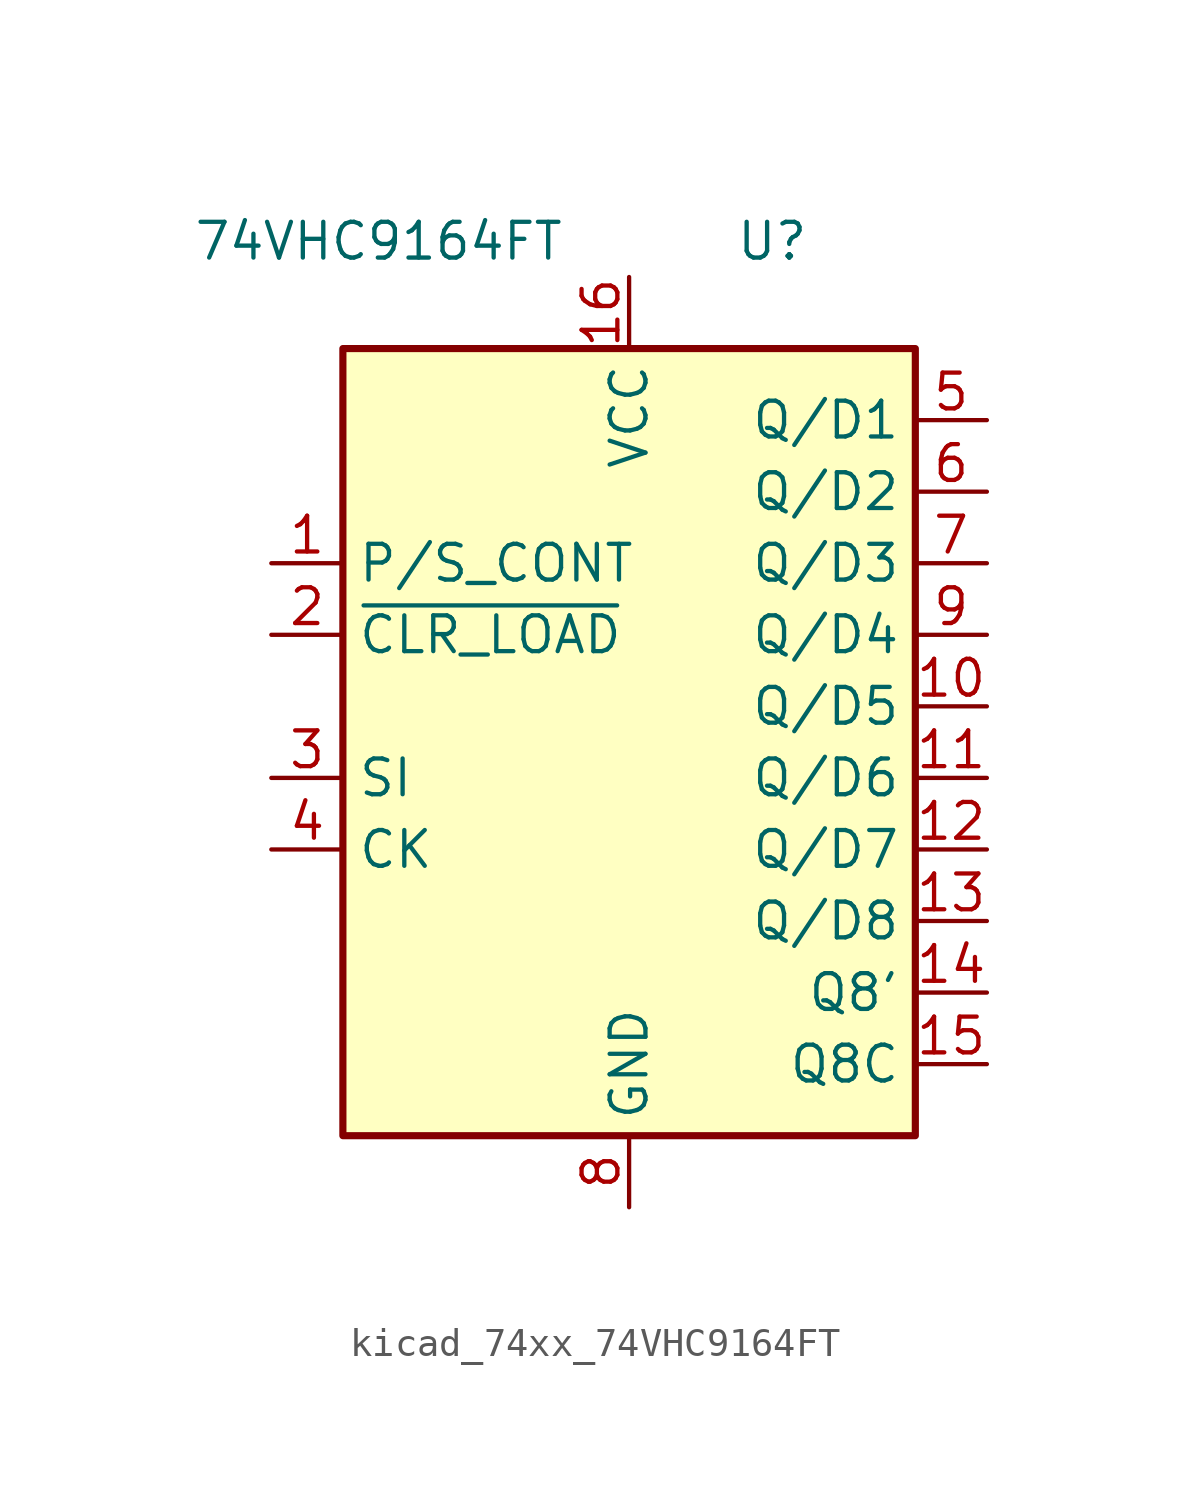
<source format=kicad_sym>
(kicad_symbol_lib
  (version 20220914)
  (generator kicad_symbol_editor)
  (symbol "kicad_74xx_74VHC9164FT"
    (property "Reference" "U"
      (at 5.08 16.51 0)
      (effects (font (size 1.27 1.27))))
    (property "Value" "74VHC9164FT"
      (at -8.89 16.51 0)
      (effects (font (size 1.27 1.27))))
    (symbol "kicad_74xx_74VHC9164FT_1_1"
      (rectangle (start -10.16 12.7) (end 10.16 -15.24) (stroke (width 0.254) (type default)) (fill (type background)))
      (pin input line (at -12.7 5.08 0) (length 2.54) (name "P/S_CONT" (effects (font (size 1.27 1.27)))) (number "1" (effects (font (size 1.27 1.27)))))
      (pin bidirectional line (at 12.7 0 180) (length 2.54) (name "Q/D5" (effects (font (size 1.27 1.27)))) (number "10" (effects (font (size 1.27 1.27)))))
      (pin bidirectional line (at 12.7 -2.54 180) (length 2.54) (name "Q/D6" (effects (font (size 1.27 1.27)))) (number "11" (effects (font (size 1.27 1.27)))))
      (pin bidirectional line (at 12.7 -5.08 180) (length 2.54) (name "Q/D7" (effects (font (size 1.27 1.27)))) (number "12" (effects (font (size 1.27 1.27)))))
      (pin bidirectional line (at 12.7 -7.62 180) (length 2.54) (name "Q/D8" (effects (font (size 1.27 1.27)))) (number "13" (effects (font (size 1.27 1.27)))))
      (pin output line (at 12.7 -10.16 180) (length 2.54) (name "Q8'" (effects (font (size 1.27 1.27)))) (number "14" (effects (font (size 1.27 1.27)))))
      (pin output line (at 12.7 -12.7 180) (length 2.54) (name "Q8C" (effects (font (size 1.27 1.27)))) (number "15" (effects (font (size 1.27 1.27)))))
      (pin power_in line (at 0 15.24 270) (length 2.54) (name "VCC" (effects (font (size 1.27 1.27)))) (number "16" (effects (font (size 1.27 1.27)))))
      (pin input line (at -12.7 2.54 0) (length 2.54) (name "~{CLR_LOAD}" (effects (font (size 1.27 1.27)))) (number "2" (effects (font (size 1.27 1.27)))))
      (pin input line (at -12.7 -2.54 0) (length 2.54) (name "SI" (effects (font (size 1.27 1.27)))) (number "3" (effects (font (size 1.27 1.27)))))
      (pin input line (at -12.7 -5.08 0) (length 2.54) (name "CK" (effects (font (size 1.27 1.27)))) (number "4" (effects (font (size 1.27 1.27)))))
      (pin bidirectional line (at 12.7 10.16 180) (length 2.54) (name "Q/D1" (effects (font (size 1.27 1.27)))) (number "5" (effects (font (size 1.27 1.27)))))
      (pin bidirectional line (at 12.7 7.62 180) (length 2.54) (name "Q/D2" (effects (font (size 1.27 1.27)))) (number "6" (effects (font (size 1.27 1.27)))))
      (pin bidirectional line (at 12.7 5.08 180) (length 2.54) (name "Q/D3" (effects (font (size 1.27 1.27)))) (number "7" (effects (font (size 1.27 1.27)))))
      (pin power_in line (at 0 -17.78 90) (length 2.54) (name "GND" (effects (font (size 1.27 1.27)))) (number "8" (effects (font (size 1.27 1.27)))))
      (pin bidirectional line (at 12.7 2.54 180) (length 2.54) (name "Q/D4" (effects (font (size 1.27 1.27)))) (number "9" (effects (font (size 1.27 1.27))))))))
</source>
